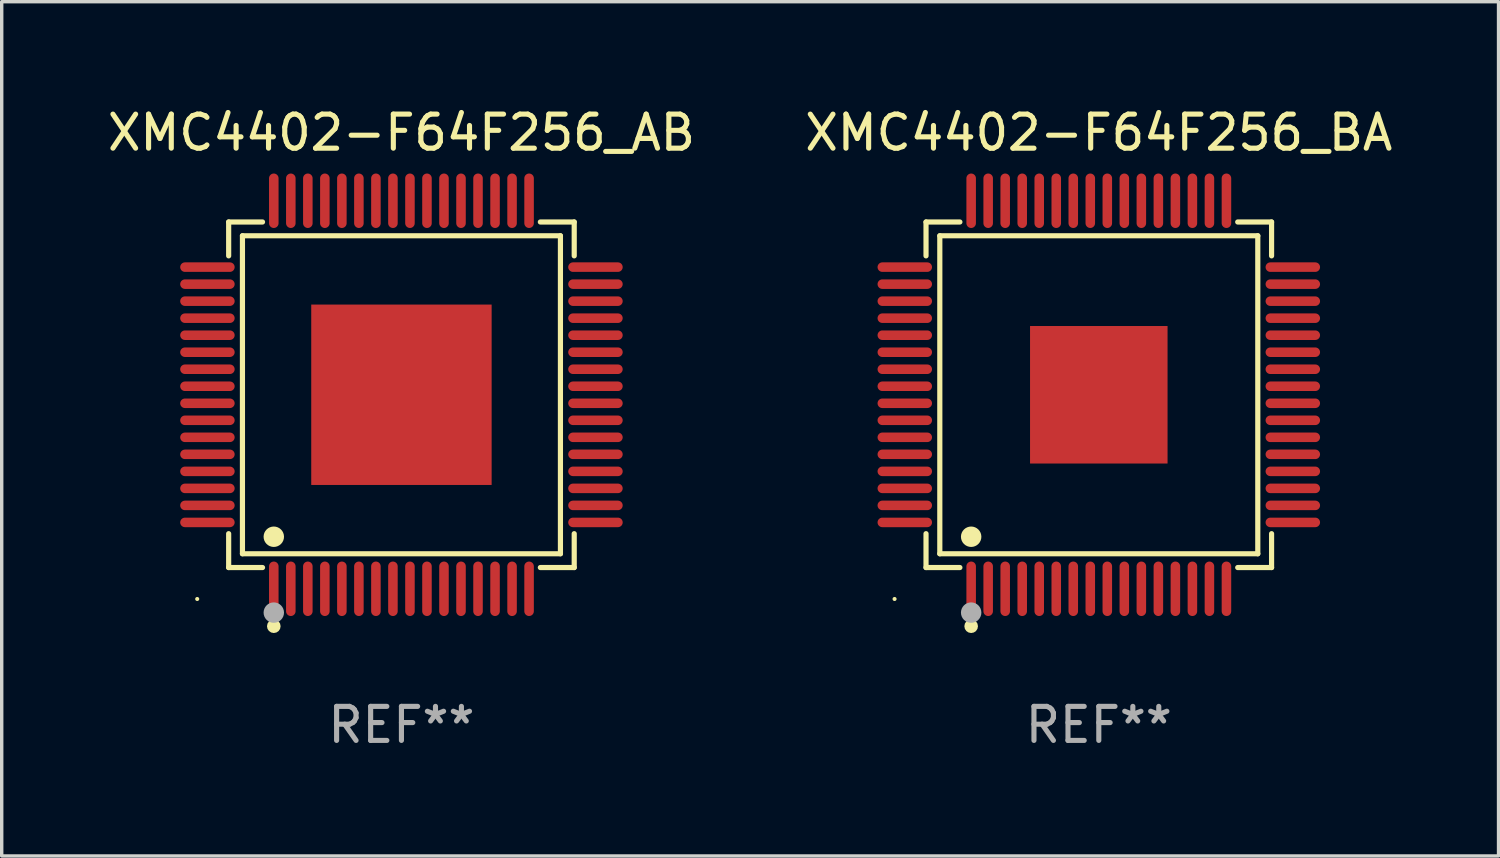
<source format=kicad_pcb>
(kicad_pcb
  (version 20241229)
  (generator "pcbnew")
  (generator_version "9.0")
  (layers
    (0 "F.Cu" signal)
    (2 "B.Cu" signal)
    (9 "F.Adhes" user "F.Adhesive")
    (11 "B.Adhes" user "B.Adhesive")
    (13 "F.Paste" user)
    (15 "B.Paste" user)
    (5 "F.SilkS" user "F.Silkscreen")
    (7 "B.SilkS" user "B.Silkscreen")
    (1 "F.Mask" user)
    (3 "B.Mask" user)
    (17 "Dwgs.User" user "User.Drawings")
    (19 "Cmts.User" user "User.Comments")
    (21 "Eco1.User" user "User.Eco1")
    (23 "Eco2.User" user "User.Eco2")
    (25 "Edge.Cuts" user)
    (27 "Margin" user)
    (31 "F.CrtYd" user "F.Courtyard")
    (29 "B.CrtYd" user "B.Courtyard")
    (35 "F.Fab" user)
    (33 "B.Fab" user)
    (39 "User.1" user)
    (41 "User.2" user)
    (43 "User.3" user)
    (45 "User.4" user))
  (footprint "XMC4402-F64F256_BA"
    (layer "F.Cu")
    (at 29.232 8.548)
    (property "Reference" "XMC4402-F64F256_BA" (at 0 -7.7 0) (layer "F.SilkS") (effects (font (size 1 1) (thickness 0.15))))
    (attr through_hole)
    (fp_line (start -5.076 -5.076) (end -4.081 -5.076) (stroke (width 0.152) (type solid)) (layer "F.SilkS"))
    (fp_line (start -5.076 -4.081) (end -5.076 -5.076) (stroke (width 0.152) (type solid)) (layer "F.SilkS"))
    (fp_line (start -5.076 4.081) (end -5.076 5.076) (stroke (width 0.152) (type solid)) (layer "F.SilkS"))
    (fp_line (start -5.076 5.076) (end -4.081 5.076) (stroke (width 0.152) (type solid)) (layer "F.SilkS"))
    (fp_line (start -4.671 -4.671) (end 4.671 -4.671) (stroke (width 0.152) (type solid)) (layer "F.SilkS"))
    (fp_line (start -4.671 4.671) (end -4.671 -4.671) (stroke (width 0.152) (type solid)) (layer "F.SilkS"))
    (fp_line (start 4.671 -4.671) (end 4.671 4.671) (stroke (width 0.152) (type solid)) (layer "F.SilkS"))
    (fp_line (start 4.671 4.671) (end -4.671 4.671) (stroke (width 0.152) (type solid)) (layer "F.SilkS"))
    (fp_line (start 5.076 -5.076) (end 4.081 -5.076) (stroke (width 0.152) (type solid)) (layer "F.SilkS"))
    (fp_line (start 5.076 -4.081) (end 5.076 -5.076) (stroke (width 0.152) (type solid)) (layer "F.SilkS"))
    (fp_line (start 5.076 4.081) (end 5.076 5.076) (stroke (width 0.152) (type solid)) (layer "F.SilkS"))
    (fp_line (start 5.076 5.076) (end 4.081 5.076) (stroke (width 0.152) (type solid)) (layer "F.SilkS"))
    (fp_circle (center -6 6) (end -5.97 6) (stroke (width 0.06) (type solid)) (fill no) (layer "F.SilkS"))
    (fp_circle (center -3.75 4.171) (end -3.6 4.171) (stroke (width 0.3) (type solid)) (fill no) (layer "F.SilkS"))
    (fp_circle (center -3.75 6.8) (end -3.65 6.8) (stroke (width 0.2) (type solid)) (fill no) (layer "F.SilkS"))
    (fp_circle (center -3.75 6.4) (end -3.6 6.4) (stroke (width 0.3) (type solid)) (fill no) (layer "F.Fab"))
    (fp_text user "REF**" (at 0 9.7 0) (layer "F.Fab") (effects (font (size 1 1) (thickness 0.15))))
    (pad "1" smd oval (at -3.75 5.7) (size 0.28 1.6) (layers "F.Cu" "F.Mask" "F.Paste"))
    (pad "2" smd oval (at -3.25 5.7) (size 0.28 1.6) (layers "F.Cu" "F.Mask" "F.Paste"))
    (pad "3" smd oval (at -2.75 5.7) (size 0.28 1.6) (layers "F.Cu" "F.Mask" "F.Paste"))
    (pad "4" smd oval (at -2.25 5.7) (size 0.28 1.6) (layers "F.Cu" "F.Mask" "F.Paste"))
    (pad "5" smd oval (at -1.75 5.7) (size 0.28 1.6) (layers "F.Cu" "F.Mask" "F.Paste"))
    (pad "6" smd oval (at -1.25 5.7) (size 0.28 1.6) (layers "F.Cu" "F.Mask" "F.Paste"))
    (pad "7" smd oval (at -0.75 5.7) (size 0.28 1.6) (layers "F.Cu" "F.Mask" "F.Paste"))
    (pad "8" smd oval (at -0.25 5.7) (size 0.28 1.6) (layers "F.Cu" "F.Mask" "F.Paste"))
    (pad "9" smd oval (at 0.25 5.7) (size 0.28 1.6) (layers "F.Cu" "F.Mask" "F.Paste"))
    (pad "10" smd oval (at 0.75 5.7) (size 0.28 1.6) (layers "F.Cu" "F.Mask" "F.Paste"))
    (pad "11" smd oval (at 1.25 5.7) (size 0.28 1.6) (layers "F.Cu" "F.Mask" "F.Paste"))
    (pad "12" smd oval (at 1.75 5.7) (size 0.28 1.6) (layers "F.Cu" "F.Mask" "F.Paste"))
    (pad "13" smd oval (at 2.25 5.7) (size 0.28 1.6) (layers "F.Cu" "F.Mask" "F.Paste"))
    (pad "14" smd oval (at 2.75 5.7) (size 0.28 1.6) (layers "F.Cu" "F.Mask" "F.Paste"))
    (pad "15" smd oval (at 3.25 5.7) (size 0.28 1.6) (layers "F.Cu" "F.Mask" "F.Paste"))
    (pad "16" smd oval (at 3.75 5.7) (size 0.28 1.6) (layers "F.Cu" "F.Mask" "F.Paste"))
    (pad "17" smd oval (at 5.7 3.75) (size 1.6 0.28) (layers "F.Cu" "F.Mask" "F.Paste"))
    (pad "18" smd oval (at 5.7 3.25) (size 1.6 0.28) (layers "F.Cu" "F.Mask" "F.Paste"))
    (pad "19" smd oval (at 5.7 2.75) (size 1.6 0.28) (layers "F.Cu" "F.Mask" "F.Paste"))
    (pad "20" smd oval (at 5.7 2.25) (size 1.6 0.28) (layers "F.Cu" "F.Mask" "F.Paste"))
    (pad "21" smd oval (at 5.7 1.75) (size 1.6 0.28) (layers "F.Cu" "F.Mask" "F.Paste"))
    (pad "22" smd oval (at 5.7 1.25) (size 1.6 0.28) (layers "F.Cu" "F.Mask" "F.Paste"))
    (pad "23" smd oval (at 5.7 0.75) (size 1.6 0.28) (layers "F.Cu" "F.Mask" "F.Paste"))
    (pad "24" smd oval (at 5.7 0.25) (size 1.6 0.28) (layers "F.Cu" "F.Mask" "F.Paste"))
    (pad "25" smd oval (at 5.7 -0.25) (size 1.6 0.28) (layers "F.Cu" "F.Mask" "F.Paste"))
    (pad "26" smd oval (at 5.7 -0.75) (size 1.6 0.28) (layers "F.Cu" "F.Mask" "F.Paste"))
    (pad "27" smd oval (at 5.7 -1.25) (size 1.6 0.28) (layers "F.Cu" "F.Mask" "F.Paste"))
    (pad "28" smd oval (at 5.7 -1.75) (size 1.6 0.28) (layers "F.Cu" "F.Mask" "F.Paste"))
    (pad "29" smd oval (at 5.7 -2.25) (size 1.6 0.28) (layers "F.Cu" "F.Mask" "F.Paste"))
    (pad "30" smd oval (at 5.7 -2.75) (size 1.6 0.28) (layers "F.Cu" "F.Mask" "F.Paste"))
    (pad "31" smd oval (at 5.7 -3.25) (size 1.6 0.28) (layers "F.Cu" "F.Mask" "F.Paste"))
    (pad "32" smd oval (at 5.7 -3.75) (size 1.6 0.28) (layers "F.Cu" "F.Mask" "F.Paste"))
    (pad "33" smd oval (at 3.75 -5.7) (size 0.28 1.6) (layers "F.Cu" "F.Mask" "F.Paste"))
    (pad "34" smd oval (at 3.25 -5.7) (size 0.28 1.6) (layers "F.Cu" "F.Mask" "F.Paste"))
    (pad "35" smd oval (at 2.75 -5.7) (size 0.28 1.6) (layers "F.Cu" "F.Mask" "F.Paste"))
    (pad "36" smd oval (at 2.25 -5.7) (size 0.28 1.6) (layers "F.Cu" "F.Mask" "F.Paste"))
    (pad "37" smd oval (at 1.75 -5.7) (size 0.28 1.6) (layers "F.Cu" "F.Mask" "F.Paste"))
    (pad "38" smd oval (at 1.25 -5.7) (size 0.28 1.6) (layers "F.Cu" "F.Mask" "F.Paste"))
    (pad "39" smd oval (at 0.75 -5.7) (size 0.28 1.6) (layers "F.Cu" "F.Mask" "F.Paste"))
    (pad "40" smd oval (at 0.25 -5.7) (size 0.28 1.6) (layers "F.Cu" "F.Mask" "F.Paste"))
    (pad "41" smd oval (at -0.25 -5.7) (size 0.28 1.6) (layers "F.Cu" "F.Mask" "F.Paste"))
    (pad "42" smd oval (at -0.75 -5.7) (size 0.28 1.6) (layers "F.Cu" "F.Mask" "F.Paste"))
    (pad "43" smd oval (at -1.25 -5.7) (size 0.28 1.6) (layers "F.Cu" "F.Mask" "F.Paste"))
    (pad "44" smd oval (at -1.75 -5.7) (size 0.28 1.6) (layers "F.Cu" "F.Mask" "F.Paste"))
    (pad "45" smd oval (at -2.25 -5.7) (size 0.28 1.6) (layers "F.Cu" "F.Mask" "F.Paste"))
    (pad "46" smd oval (at -2.75 -5.7) (size 0.28 1.6) (layers "F.Cu" "F.Mask" "F.Paste"))
    (pad "47" smd oval (at -3.25 -5.7) (size 0.28 1.6) (layers "F.Cu" "F.Mask" "F.Paste"))
    (pad "48" smd oval (at -3.75 -5.7) (size 0.28 1.6) (layers "F.Cu" "F.Mask" "F.Paste"))
    (pad "49" smd oval (at -5.7 -3.75) (size 1.6 0.28) (layers "F.Cu" "F.Mask" "F.Paste"))
    (pad "50" smd oval (at -5.7 -3.25) (size 1.6 0.28) (layers "F.Cu" "F.Mask" "F.Paste"))
    (pad "51" smd oval (at -5.7 -2.75) (size 1.6 0.28) (layers "F.Cu" "F.Mask" "F.Paste"))
    (pad "52" smd oval (at -5.7 -2.25) (size 1.6 0.28) (layers "F.Cu" "F.Mask" "F.Paste"))
    (pad "53" smd oval (at -5.7 -1.75) (size 1.6 0.28) (layers "F.Cu" "F.Mask" "F.Paste"))
    (pad "54" smd oval (at -5.7 -1.25) (size 1.6 0.28) (layers "F.Cu" "F.Mask" "F.Paste"))
    (pad "55" smd oval (at -5.7 -0.75) (size 1.6 0.28) (layers "F.Cu" "F.Mask" "F.Paste"))
    (pad "56" smd oval (at -5.7 -0.25) (size 1.6 0.28) (layers "F.Cu" "F.Mask" "F.Paste"))
    (pad "57" smd oval (at -5.7 0.25) (size 1.6 0.28) (layers "F.Cu" "F.Mask" "F.Paste"))
    (pad "58" smd oval (at -5.7 0.75) (size 1.6 0.28) (layers "F.Cu" "F.Mask" "F.Paste"))
    (pad "59" smd oval (at -5.7 1.25) (size 1.6 0.28) (layers "F.Cu" "F.Mask" "F.Paste"))
    (pad "60" smd oval (at -5.7 1.75) (size 1.6 0.28) (layers "F.Cu" "F.Mask" "F.Paste"))
    (pad "61" smd oval (at -5.7 2.25) (size 1.6 0.28) (layers "F.Cu" "F.Mask" "F.Paste"))
    (pad "62" smd oval (at -5.7 2.75) (size 1.6 0.28) (layers "F.Cu" "F.Mask" "F.Paste"))
    (pad "63" smd oval (at -5.7 3.25) (size 1.6 0.28) (layers "F.Cu" "F.Mask" "F.Paste"))
    (pad "64" smd oval (at -5.7 3.75) (size 1.6 0.28) (layers "F.Cu" "F.Mask" "F.Paste"))
    (pad "65" smd rect (at 0 0) (size 4.04 4.04) (layers "F.Cu" "F.Mask" "F.Paste")))
  (footprint "XMC4402-F64F256_AB"
    (layer "F.Cu")
    (at 8.744 8.548)
    (property "Reference" "XMC4402-F64F256_AB" (at 0 -7.7 0) (layer "F.SilkS") (effects (font (size 1 1) (thickness 0.15))))
    (attr through_hole)
    (fp_line (start -5.076 -5.076) (end -4.081 -5.076) (stroke (width 0.152) (type solid)) (layer "F.SilkS"))
    (fp_line (start -5.076 -4.081) (end -5.076 -5.076) (stroke (width 0.152) (type solid)) (layer "F.SilkS"))
    (fp_line (start -5.076 4.081) (end -5.076 5.076) (stroke (width 0.152) (type solid)) (layer "F.SilkS"))
    (fp_line (start -5.076 5.076) (end -4.081 5.076) (stroke (width 0.152) (type solid)) (layer "F.SilkS"))
    (fp_line (start -4.671 -4.671) (end 4.671 -4.671) (stroke (width 0.152) (type solid)) (layer "F.SilkS"))
    (fp_line (start -4.671 4.671) (end -4.671 -4.671) (stroke (width 0.152) (type solid)) (layer "F.SilkS"))
    (fp_line (start 4.671 -4.671) (end 4.671 4.671) (stroke (width 0.152) (type solid)) (layer "F.SilkS"))
    (fp_line (start 4.671 4.671) (end -4.671 4.671) (stroke (width 0.152) (type solid)) (layer "F.SilkS"))
    (fp_line (start 5.076 -5.076) (end 4.081 -5.076) (stroke (width 0.152) (type solid)) (layer "F.SilkS"))
    (fp_line (start 5.076 -4.081) (end 5.076 -5.076) (stroke (width 0.152) (type solid)) (layer "F.SilkS"))
    (fp_line (start 5.076 4.081) (end 5.076 5.076) (stroke (width 0.152) (type solid)) (layer "F.SilkS"))
    (fp_line (start 5.076 5.076) (end 4.081 5.076) (stroke (width 0.152) (type solid)) (layer "F.SilkS"))
    (fp_circle (center -6 6) (end -5.97 6) (stroke (width 0.06) (type solid)) (fill no) (layer "F.SilkS"))
    (fp_circle (center -3.75 4.171) (end -3.6 4.171) (stroke (width 0.3) (type solid)) (fill no) (layer "F.SilkS"))
    (fp_circle (center -3.75 6.8) (end -3.65 6.8) (stroke (width 0.2) (type solid)) (fill no) (layer "F.SilkS"))
    (fp_circle (center -3.75 6.4) (end -3.6 6.4) (stroke (width 0.3) (type solid)) (fill no) (layer "F.Fab"))
    (fp_text user "REF**" (at 0 9.7 0) (layer "F.Fab") (effects (font (size 1 1) (thickness 0.15))))
    (pad "1" smd oval (at -3.75 5.7) (size 0.28 1.6) (layers "F.Cu" "F.Mask" "F.Paste"))
    (pad "2" smd oval (at -3.25 5.7) (size 0.28 1.6) (layers "F.Cu" "F.Mask" "F.Paste"))
    (pad "3" smd oval (at -2.75 5.7) (size 0.28 1.6) (layers "F.Cu" "F.Mask" "F.Paste"))
    (pad "4" smd oval (at -2.25 5.7) (size 0.28 1.6) (layers "F.Cu" "F.Mask" "F.Paste"))
    (pad "5" smd oval (at -1.75 5.7) (size 0.28 1.6) (layers "F.Cu" "F.Mask" "F.Paste"))
    (pad "6" smd oval (at -1.25 5.7) (size 0.28 1.6) (layers "F.Cu" "F.Mask" "F.Paste"))
    (pad "7" smd oval (at -0.75 5.7) (size 0.28 1.6) (layers "F.Cu" "F.Mask" "F.Paste"))
    (pad "8" smd oval (at -0.25 5.7) (size 0.28 1.6) (layers "F.Cu" "F.Mask" "F.Paste"))
    (pad "9" smd oval (at 0.25 5.7) (size 0.28 1.6) (layers "F.Cu" "F.Mask" "F.Paste"))
    (pad "10" smd oval (at 0.75 5.7) (size 0.28 1.6) (layers "F.Cu" "F.Mask" "F.Paste"))
    (pad "11" smd oval (at 1.25 5.7) (size 0.28 1.6) (layers "F.Cu" "F.Mask" "F.Paste"))
    (pad "12" smd oval (at 1.75 5.7) (size 0.28 1.6) (layers "F.Cu" "F.Mask" "F.Paste"))
    (pad "13" smd oval (at 2.25 5.7) (size 0.28 1.6) (layers "F.Cu" "F.Mask" "F.Paste"))
    (pad "14" smd oval (at 2.75 5.7) (size 0.28 1.6) (layers "F.Cu" "F.Mask" "F.Paste"))
    (pad "15" smd oval (at 3.25 5.7) (size 0.28 1.6) (layers "F.Cu" "F.Mask" "F.Paste"))
    (pad "16" smd oval (at 3.75 5.7) (size 0.28 1.6) (layers "F.Cu" "F.Mask" "F.Paste"))
    (pad "17" smd oval (at 5.7 3.75) (size 1.6 0.28) (layers "F.Cu" "F.Mask" "F.Paste"))
    (pad "18" smd oval (at 5.7 3.25) (size 1.6 0.28) (layers "F.Cu" "F.Mask" "F.Paste"))
    (pad "19" smd oval (at 5.7 2.75) (size 1.6 0.28) (layers "F.Cu" "F.Mask" "F.Paste"))
    (pad "20" smd oval (at 5.7 2.25) (size 1.6 0.28) (layers "F.Cu" "F.Mask" "F.Paste"))
    (pad "21" smd oval (at 5.7 1.75) (size 1.6 0.28) (layers "F.Cu" "F.Mask" "F.Paste"))
    (pad "22" smd oval (at 5.7 1.25) (size 1.6 0.28) (layers "F.Cu" "F.Mask" "F.Paste"))
    (pad "23" smd oval (at 5.7 0.75) (size 1.6 0.28) (layers "F.Cu" "F.Mask" "F.Paste"))
    (pad "24" smd oval (at 5.7 0.25) (size 1.6 0.28) (layers "F.Cu" "F.Mask" "F.Paste"))
    (pad "25" smd oval (at 5.7 -0.25) (size 1.6 0.28) (layers "F.Cu" "F.Mask" "F.Paste"))
    (pad "26" smd oval (at 5.7 -0.75) (size 1.6 0.28) (layers "F.Cu" "F.Mask" "F.Paste"))
    (pad "27" smd oval (at 5.7 -1.25) (size 1.6 0.28) (layers "F.Cu" "F.Mask" "F.Paste"))
    (pad "28" smd oval (at 5.7 -1.75) (size 1.6 0.28) (layers "F.Cu" "F.Mask" "F.Paste"))
    (pad "29" smd oval (at 5.7 -2.25) (size 1.6 0.28) (layers "F.Cu" "F.Mask" "F.Paste"))
    (pad "30" smd oval (at 5.7 -2.75) (size 1.6 0.28) (layers "F.Cu" "F.Mask" "F.Paste"))
    (pad "31" smd oval (at 5.7 -3.25) (size 1.6 0.28) (layers "F.Cu" "F.Mask" "F.Paste"))
    (pad "32" smd oval (at 5.7 -3.75) (size 1.6 0.28) (layers "F.Cu" "F.Mask" "F.Paste"))
    (pad "33" smd oval (at 3.75 -5.7) (size 0.28 1.6) (layers "F.Cu" "F.Mask" "F.Paste"))
    (pad "34" smd oval (at 3.25 -5.7) (size 0.28 1.6) (layers "F.Cu" "F.Mask" "F.Paste"))
    (pad "35" smd oval (at 2.75 -5.7) (size 0.28 1.6) (layers "F.Cu" "F.Mask" "F.Paste"))
    (pad "36" smd oval (at 2.25 -5.7) (size 0.28 1.6) (layers "F.Cu" "F.Mask" "F.Paste"))
    (pad "37" smd oval (at 1.75 -5.7) (size 0.28 1.6) (layers "F.Cu" "F.Mask" "F.Paste"))
    (pad "38" smd oval (at 1.25 -5.7) (size 0.28 1.6) (layers "F.Cu" "F.Mask" "F.Paste"))
    (pad "39" smd oval (at 0.75 -5.7) (size 0.28 1.6) (layers "F.Cu" "F.Mask" "F.Paste"))
    (pad "40" smd oval (at 0.25 -5.7) (size 0.28 1.6) (layers "F.Cu" "F.Mask" "F.Paste"))
    (pad "41" smd oval (at -0.25 -5.7) (size 0.28 1.6) (layers "F.Cu" "F.Mask" "F.Paste"))
    (pad "42" smd oval (at -0.75 -5.7) (size 0.28 1.6) (layers "F.Cu" "F.Mask" "F.Paste"))
    (pad "43" smd oval (at -1.25 -5.7) (size 0.28 1.6) (layers "F.Cu" "F.Mask" "F.Paste"))
    (pad "44" smd oval (at -1.75 -5.7) (size 0.28 1.6) (layers "F.Cu" "F.Mask" "F.Paste"))
    (pad "45" smd oval (at -2.25 -5.7) (size 0.28 1.6) (layers "F.Cu" "F.Mask" "F.Paste"))
    (pad "46" smd oval (at -2.75 -5.7) (size 0.28 1.6) (layers "F.Cu" "F.Mask" "F.Paste"))
    (pad "47" smd oval (at -3.25 -5.7) (size 0.28 1.6) (layers "F.Cu" "F.Mask" "F.Paste"))
    (pad "48" smd oval (at -3.75 -5.7) (size 0.28 1.6) (layers "F.Cu" "F.Mask" "F.Paste"))
    (pad "49" smd oval (at -5.7 -3.75) (size 1.6 0.28) (layers "F.Cu" "F.Mask" "F.Paste"))
    (pad "50" smd oval (at -5.7 -3.25) (size 1.6 0.28) (layers "F.Cu" "F.Mask" "F.Paste"))
    (pad "51" smd oval (at -5.7 -2.75) (size 1.6 0.28) (layers "F.Cu" "F.Mask" "F.Paste"))
    (pad "52" smd oval (at -5.7 -2.25) (size 1.6 0.28) (layers "F.Cu" "F.Mask" "F.Paste"))
    (pad "53" smd oval (at -5.7 -1.75) (size 1.6 0.28) (layers "F.Cu" "F.Mask" "F.Paste"))
    (pad "54" smd oval (at -5.7 -1.25) (size 1.6 0.28) (layers "F.Cu" "F.Mask" "F.Paste"))
    (pad "55" smd oval (at -5.7 -0.75) (size 1.6 0.28) (layers "F.Cu" "F.Mask" "F.Paste"))
    (pad "56" smd oval (at -5.7 -0.25) (size 1.6 0.28) (layers "F.Cu" "F.Mask" "F.Paste"))
    (pad "57" smd oval (at -5.7 0.25) (size 1.6 0.28) (layers "F.Cu" "F.Mask" "F.Paste"))
    (pad "58" smd oval (at -5.7 0.75) (size 1.6 0.28) (layers "F.Cu" "F.Mask" "F.Paste"))
    (pad "59" smd oval (at -5.7 1.25) (size 1.6 0.28) (layers "F.Cu" "F.Mask" "F.Paste"))
    (pad "60" smd oval (at -5.7 1.75) (size 1.6 0.28) (layers "F.Cu" "F.Mask" "F.Paste"))
    (pad "61" smd oval (at -5.7 2.25) (size 1.6 0.28) (layers "F.Cu" "F.Mask" "F.Paste"))
    (pad "62" smd oval (at -5.7 2.75) (size 1.6 0.28) (layers "F.Cu" "F.Mask" "F.Paste"))
    (pad "63" smd oval (at -5.7 3.25) (size 1.6 0.28) (layers "F.Cu" "F.Mask" "F.Paste"))
    (pad "64" smd oval (at -5.7 3.75) (size 1.6 0.28) (layers "F.Cu" "F.Mask" "F.Paste"))
    (pad "65" smd rect (at 0 0) (size 5.3 5.3) (layers "F.Cu" "F.Mask" "F.Paste")))
  (gr_rect
    (start -3 -3)
    (end 40.976 22.097)
    (stroke (width 0.1) (type default))
    (fill no)
    (layer "Edge.Cuts")))
</source>
